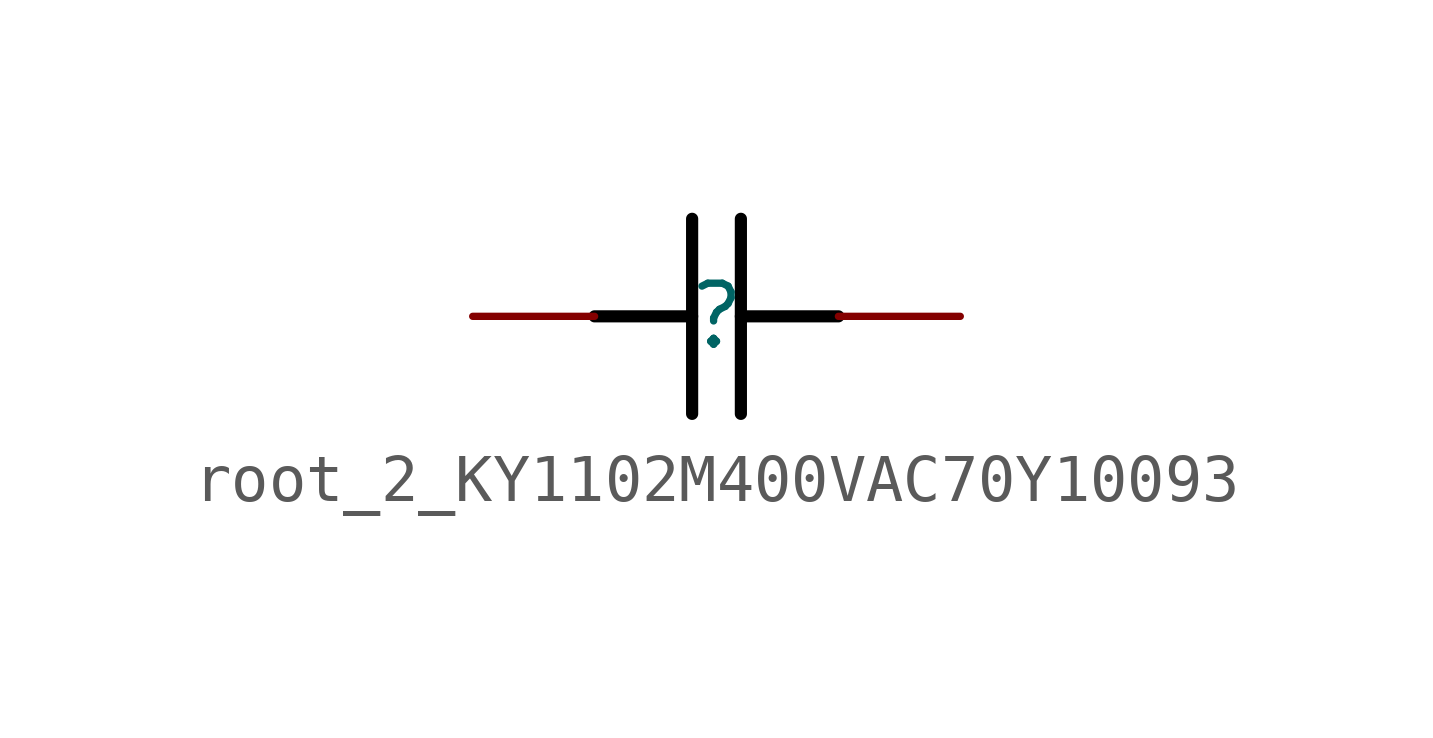
<source format=kicad_sym>
(kicad_symbol_lib
  (version 20220914)
  (generator kicad_symbol_editor)
  (symbol "root_2_KY1102M400VAC70Y10093"
    (property "Reference" ""
      (at 0 0 0)
      (effects (font (size 1.27 1.27))))
    (property "Value" ""
      (at 0 0 0)
      (effects (font (size 1.27 1.27))))
    (symbol "root_2_KY1102M400VAC70Y10093_1_0"
      (polyline (pts (xy -2.54 0) (xy -0.508 0)) (stroke (width 0.254) (type solid) (color 0 0 0 1)) (fill (type none)))
      (polyline (pts (xy -0.508 -2.032) (xy -0.508 2.032)) (stroke (width 0.254) (type solid) (color 0 0 0 1)) (fill (type none)))
      (polyline (pts (xy 0.508 0) (xy 2.54 0)) (stroke (width 0.254) (type solid) (color 0 0 0 1)) (fill (type none)))
      (polyline (pts (xy 0.508 2.032) (xy 0.508 -2.032)) (stroke (width 0.254) (type solid) (color 0 0 0 1)) (fill (type none)))
      (pin passive line (at 5.08 0 180) (length 2.54) (name "1" (effects (font (size 0 0)))) (number "1" (effects (font (size 0 0)))))
      (pin passive line (at -5.08 0 0) (length 2.54) (name "2" (effects (font (size 0 0)))) (number "2" (effects (font (size 0 0))))))))
</source>
